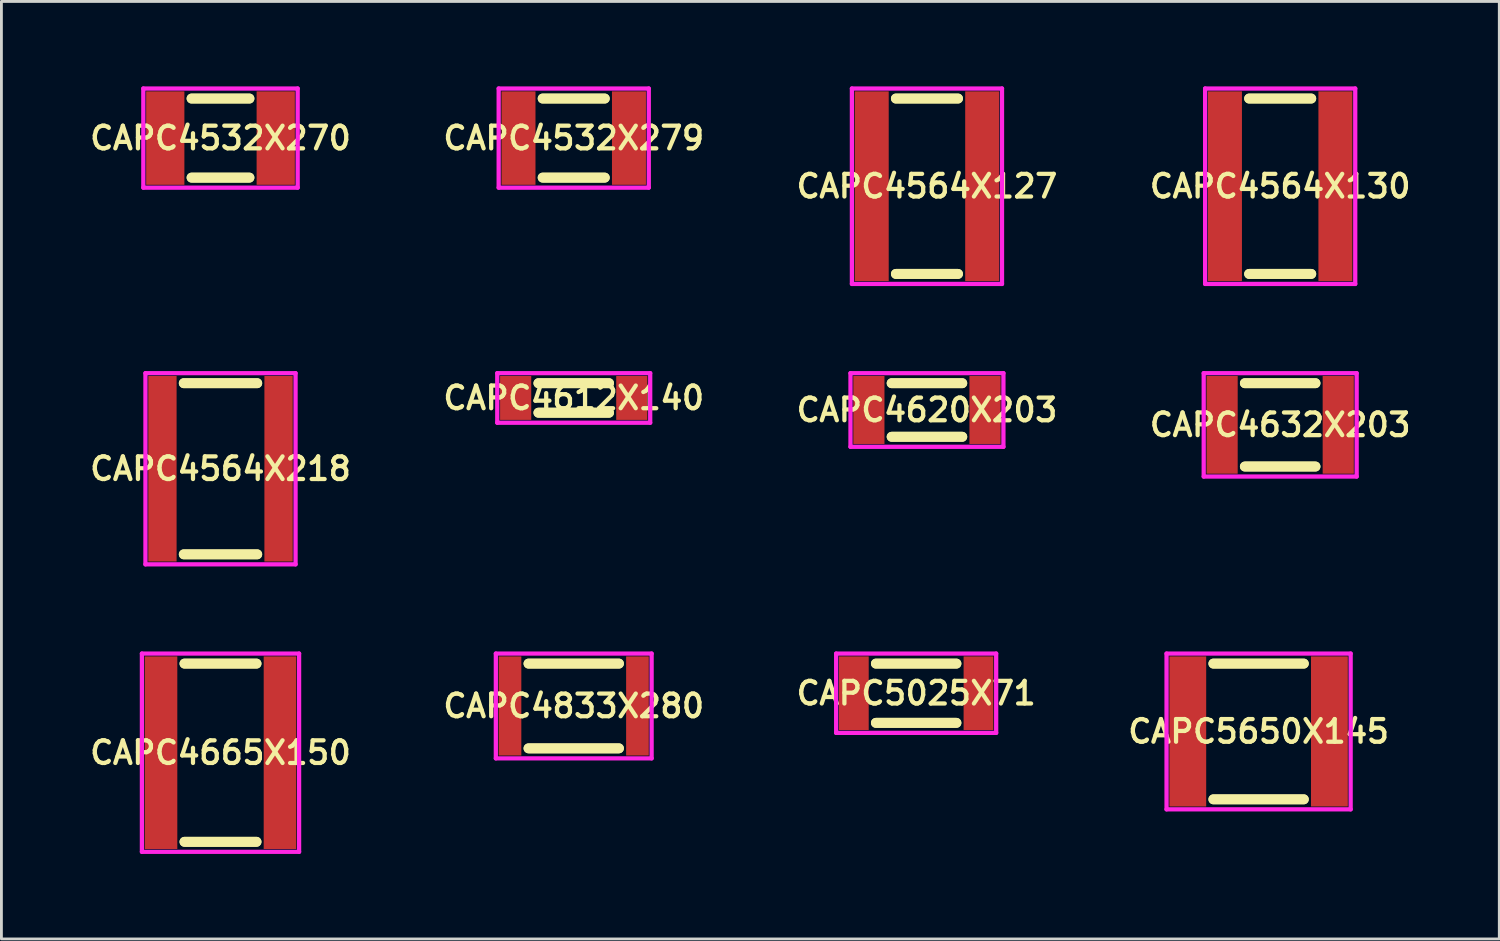
<source format=kicad_pcb>
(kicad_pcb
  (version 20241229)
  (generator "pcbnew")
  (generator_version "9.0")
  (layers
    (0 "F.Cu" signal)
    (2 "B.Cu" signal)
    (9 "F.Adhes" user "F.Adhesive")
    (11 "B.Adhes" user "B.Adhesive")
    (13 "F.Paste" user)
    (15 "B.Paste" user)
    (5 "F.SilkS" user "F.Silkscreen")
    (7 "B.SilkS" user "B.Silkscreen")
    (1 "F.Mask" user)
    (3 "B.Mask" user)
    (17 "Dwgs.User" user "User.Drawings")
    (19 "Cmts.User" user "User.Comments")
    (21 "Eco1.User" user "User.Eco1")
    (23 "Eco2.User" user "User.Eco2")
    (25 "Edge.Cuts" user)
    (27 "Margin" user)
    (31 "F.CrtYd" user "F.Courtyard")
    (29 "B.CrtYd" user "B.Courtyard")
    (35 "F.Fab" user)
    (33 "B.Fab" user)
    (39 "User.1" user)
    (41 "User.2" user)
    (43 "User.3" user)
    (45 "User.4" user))
  (footprint "CAPC4564X218"
    (layer "F.Cu")
    (at 4.735 13.5)
    (property "Reference" "CAPC4564X218" (at 0 0 0) (layer "F.SilkS") (effects (font (size 0.8 0.8) (thickness 0.15))))
    (attr smd)
    (fp_line (start -1.296 -3.021) (end 1.296 -3.021) (stroke (width 0.35) (type solid)) (layer "F.SilkS"))
    (fp_line (start -1.296 3.021) (end 1.296 3.021) (stroke (width 0.35) (type solid)) (layer "F.SilkS"))
    (fp_line (start 1.296 -3.021) (end -1.296 -3.021) (stroke (width 0.35) (type solid)) (layer "F.SilkS"))
    (fp_line (start 1.296 3.021) (end -1.296 3.021) (stroke (width 0.35) (type solid)) (layer "F.SilkS"))
    (fp_line (start -2.65 -3.375) (end 2.65 -3.375) (stroke (width 0.15) (type solid)) (layer "F.CrtYd"))
    (fp_line (start -2.65 3.375) (end -2.65 -3.375) (stroke (width 0.15) (type solid)) (layer "F.CrtYd"))
    (fp_line (start 2.65 -3.375) (end 2.65 3.375) (stroke (width 0.15) (type solid)) (layer "F.CrtYd"))
    (fp_line (start 2.65 3.375) (end -2.65 3.375) (stroke (width 0.15) (type solid)) (layer "F.CrtYd"))
    (pad "1" smd rect (at -2.05 0) (size 1 6.55) (layers "F.Cu" "F.Mask" "F.Paste"))
    (pad "2" smd rect (at 2.05 0) (size 1 6.55) (layers "F.Cu" "F.Mask" "F.Paste")))
  (footprint "CAPC4532X279"
    (layer "F.Cu")
    (at 17.206 1.825)
    (property "Reference" "CAPC4532X279" (at 0 0 0) (layer "F.SilkS") (effects (font (size 0.8 0.8) (thickness 0.15))))
    (attr smd)
    (fp_line (start -1.096 -1.396) (end 1.096 -1.396) (stroke (width 0.35) (type solid)) (layer "F.SilkS"))
    (fp_line (start -1.096 1.396) (end 1.096 1.396) (stroke (width 0.35) (type solid)) (layer "F.SilkS"))
    (fp_line (start 1.096 -1.396) (end -1.096 -1.396) (stroke (width 0.35) (type solid)) (layer "F.SilkS"))
    (fp_line (start 1.096 1.396) (end -1.096 1.396) (stroke (width 0.35) (type solid)) (layer "F.SilkS"))
    (fp_line (start -2.65 -1.75) (end 2.65 -1.75) (stroke (width 0.15) (type solid)) (layer "F.CrtYd"))
    (fp_line (start -2.65 1.75) (end -2.65 -1.75) (stroke (width 0.15) (type solid)) (layer "F.CrtYd"))
    (fp_line (start 2.65 -1.75) (end 2.65 1.75) (stroke (width 0.15) (type solid)) (layer "F.CrtYd"))
    (fp_line (start 2.65 1.75) (end -2.65 1.75) (stroke (width 0.15) (type solid)) (layer "F.CrtYd"))
    (pad "1" smd rect (at -1.95 0) (size 1.2 3.3) (layers "F.Cu" "F.Mask" "F.Paste"))
    (pad "2" smd rect (at 1.95 0) (size 1.2 3.3) (layers "F.Cu" "F.Mask" "F.Paste")))
  (footprint "CAPC5650X145"
    (layer "F.Cu")
    (at 41.386 22.775)
    (property "Reference" "CAPC5650X145" (at 0 0 0) (layer "F.SilkS") (effects (font (size 0.8 0.8) (thickness 0.15))))
    (attr smd)
    (fp_line (start -1.596 -2.396) (end 1.596 -2.396) (stroke (width 0.35) (type solid)) (layer "F.SilkS"))
    (fp_line (start -1.596 2.396) (end 1.596 2.396) (stroke (width 0.35) (type solid)) (layer "F.SilkS"))
    (fp_line (start 1.596 -2.396) (end -1.596 -2.396) (stroke (width 0.35) (type solid)) (layer "F.SilkS"))
    (fp_line (start 1.596 2.396) (end -1.596 2.396) (stroke (width 0.35) (type solid)) (layer "F.SilkS"))
    (fp_line (start -3.25 -2.75) (end 3.25 -2.75) (stroke (width 0.15) (type solid)) (layer "F.CrtYd"))
    (fp_line (start -3.25 2.75) (end -3.25 -2.75) (stroke (width 0.15) (type solid)) (layer "F.CrtYd"))
    (fp_line (start 3.25 -2.75) (end 3.25 2.75) (stroke (width 0.15) (type solid)) (layer "F.CrtYd"))
    (fp_line (start 3.25 2.75) (end -3.25 2.75) (stroke (width 0.15) (type solid)) (layer "F.CrtYd"))
    (pad "1" smd rect (at -2.5 0) (size 1.3 5.3) (layers "F.Cu" "F.Mask" "F.Paste"))
    (pad "2" smd rect (at 2.5 0) (size 1.3 5.3) (layers "F.Cu" "F.Mask" "F.Paste")))
  (footprint "CAPC4564X127"
    (layer "F.Cu")
    (at 29.677 3.525)
    (property "Reference" "CAPC4564X127" (at 0 0 0) (layer "F.SilkS") (effects (font (size 0.8 0.8) (thickness 0.15))))
    (attr smd)
    (fp_line (start -1.096 -3.096) (end 1.096 -3.096) (stroke (width 0.35) (type solid)) (layer "F.SilkS"))
    (fp_line (start -1.096 3.096) (end 1.096 3.096) (stroke (width 0.35) (type solid)) (layer "F.SilkS"))
    (fp_line (start 1.096 -3.096) (end -1.096 -3.096) (stroke (width 0.35) (type solid)) (layer "F.SilkS"))
    (fp_line (start 1.096 3.096) (end -1.096 3.096) (stroke (width 0.35) (type solid)) (layer "F.SilkS"))
    (fp_line (start -2.65 -3.45) (end 2.65 -3.45) (stroke (width 0.15) (type solid)) (layer "F.CrtYd"))
    (fp_line (start -2.65 3.45) (end -2.65 -3.45) (stroke (width 0.15) (type solid)) (layer "F.CrtYd"))
    (fp_line (start 2.65 -3.45) (end 2.65 3.45) (stroke (width 0.15) (type solid)) (layer "F.CrtYd"))
    (fp_line (start 2.65 3.45) (end -2.65 3.45) (stroke (width 0.15) (type solid)) (layer "F.CrtYd"))
    (pad "1" smd rect (at -1.95 0) (size 1.2 6.7) (layers "F.Cu" "F.Mask" "F.Paste"))
    (pad "2" smd rect (at 1.95 0) (size 1.2 6.7) (layers "F.Cu" "F.Mask" "F.Paste")))
  (footprint "CAPC4612X140"
    (layer "F.Cu")
    (at 17.206 11)
    (property "Reference" "CAPC4612X140" (at 0 0 0) (layer "F.SilkS") (effects (font (size 0.8 0.8) (thickness 0.15))))
    (attr smd)
    (fp_line (start -1.246 -0.521) (end 1.246 -0.521) (stroke (width 0.35) (type solid)) (layer "F.SilkS"))
    (fp_line (start -1.246 0.521) (end 1.246 0.521) (stroke (width 0.35) (type solid)) (layer "F.SilkS"))
    (fp_line (start 1.246 -0.521) (end -1.246 -0.521) (stroke (width 0.35) (type solid)) (layer "F.SilkS"))
    (fp_line (start 1.246 0.521) (end -1.246 0.521) (stroke (width 0.35) (type solid)) (layer "F.SilkS"))
    (fp_line (start -2.7 -0.875) (end 2.7 -0.875) (stroke (width 0.15) (type solid)) (layer "F.CrtYd"))
    (fp_line (start -2.7 0.875) (end -2.7 -0.875) (stroke (width 0.15) (type solid)) (layer "F.CrtYd"))
    (fp_line (start 2.7 -0.875) (end 2.7 0.875) (stroke (width 0.15) (type solid)) (layer "F.CrtYd"))
    (fp_line (start 2.7 0.875) (end -2.7 0.875) (stroke (width 0.15) (type solid)) (layer "F.CrtYd"))
    (pad "1" smd rect (at -2.05 0) (size 1.1 1.55) (layers "F.Cu" "F.Mask" "F.Paste"))
    (pad "2" smd rect (at 2.05 0) (size 1.1 1.55) (layers "F.Cu" "F.Mask" "F.Paste")))
  (footprint "CAPC4620X203"
    (layer "F.Cu")
    (at 29.677 11.425)
    (property "Reference" "CAPC4620X203" (at 0 0 0) (layer "F.SilkS") (effects (font (size 0.8 0.8) (thickness 0.15))))
    (attr smd)
    (fp_line (start -1.246 -0.946) (end 1.246 -0.946) (stroke (width 0.35) (type solid)) (layer "F.SilkS"))
    (fp_line (start -1.246 0.946) (end 1.246 0.946) (stroke (width 0.35) (type solid)) (layer "F.SilkS"))
    (fp_line (start 1.246 -0.946) (end -1.246 -0.946) (stroke (width 0.35) (type solid)) (layer "F.SilkS"))
    (fp_line (start 1.246 0.946) (end -1.246 0.946) (stroke (width 0.35) (type solid)) (layer "F.SilkS"))
    (fp_line (start -2.7 -1.3) (end 2.7 -1.3) (stroke (width 0.15) (type solid)) (layer "F.CrtYd"))
    (fp_line (start -2.7 1.3) (end -2.7 -1.3) (stroke (width 0.15) (type solid)) (layer "F.CrtYd"))
    (fp_line (start 2.7 -1.3) (end 2.7 1.3) (stroke (width 0.15) (type solid)) (layer "F.CrtYd"))
    (fp_line (start 2.7 1.3) (end -2.7 1.3) (stroke (width 0.15) (type solid)) (layer "F.CrtYd"))
    (pad "1" smd rect (at -2.05 0) (size 1.1 2.4) (layers "F.Cu" "F.Mask" "F.Paste"))
    (pad "2" smd rect (at 2.05 0) (size 1.1 2.4) (layers "F.Cu" "F.Mask" "F.Paste")))
  (footprint "CAPC5025X71"
    (layer "F.Cu")
    (at 29.296 21.425)
    (property "Reference" "CAPC5025X71" (at 0 0 0) (layer "F.SilkS") (effects (font (size 0.8 0.8) (thickness 0.15))))
    (attr smd)
    (fp_line (start -1.421 -1.046) (end 1.421 -1.046) (stroke (width 0.35) (type solid)) (layer "F.SilkS"))
    (fp_line (start -1.421 1.046) (end 1.421 1.046) (stroke (width 0.35) (type solid)) (layer "F.SilkS"))
    (fp_line (start 1.421 -1.046) (end -1.421 -1.046) (stroke (width 0.35) (type solid)) (layer "F.SilkS"))
    (fp_line (start 1.421 1.046) (end -1.421 1.046) (stroke (width 0.35) (type solid)) (layer "F.SilkS"))
    (fp_line (start -2.825 -1.4) (end 2.825 -1.4) (stroke (width 0.15) (type solid)) (layer "F.CrtYd"))
    (fp_line (start -2.825 1.4) (end -2.825 -1.4) (stroke (width 0.15) (type solid)) (layer "F.CrtYd"))
    (fp_line (start 2.825 -1.4) (end 2.825 1.4) (stroke (width 0.15) (type solid)) (layer "F.CrtYd"))
    (fp_line (start 2.825 1.4) (end -2.825 1.4) (stroke (width 0.15) (type solid)) (layer "F.CrtYd"))
    (pad "1" smd rect (at -2.2 0) (size 1.05 2.6) (layers "F.Cu" "F.Mask" "F.Paste"))
    (pad "2" smd rect (at 2.2 0) (size 1.05 2.6) (layers "F.Cu" "F.Mask" "F.Paste")))
  (footprint "CAPC4665X150"
    (layer "F.Cu")
    (at 4.735 23.525)
    (property "Reference" "CAPC4665X150" (at 0 0 0) (layer "F.SilkS") (effects (font (size 0.8 0.8) (thickness 0.15))))
    (attr smd)
    (fp_line (start -1.271 -3.146) (end 1.271 -3.146) (stroke (width 0.35) (type solid)) (layer "F.SilkS"))
    (fp_line (start -1.271 3.146) (end 1.271 3.146) (stroke (width 0.35) (type solid)) (layer "F.SilkS"))
    (fp_line (start 1.271 -3.146) (end -1.271 -3.146) (stroke (width 0.35) (type solid)) (layer "F.SilkS"))
    (fp_line (start 1.271 3.146) (end -1.271 3.146) (stroke (width 0.35) (type solid)) (layer "F.SilkS"))
    (fp_line (start -2.775 -3.5) (end 2.775 -3.5) (stroke (width 0.15) (type solid)) (layer "F.CrtYd"))
    (fp_line (start -2.775 3.5) (end -2.775 -3.5) (stroke (width 0.15) (type solid)) (layer "F.CrtYd"))
    (fp_line (start 2.775 -3.5) (end 2.775 3.5) (stroke (width 0.15) (type solid)) (layer "F.CrtYd"))
    (fp_line (start 2.775 3.5) (end -2.775 3.5) (stroke (width 0.15) (type solid)) (layer "F.CrtYd"))
    (pad "1" smd rect (at -2.1 0) (size 1.15 6.8) (layers "F.Cu" "F.Mask" "F.Paste"))
    (pad "2" smd rect (at 2.1 0) (size 1.15 6.8) (layers "F.Cu" "F.Mask" "F.Paste")))
  (footprint "CAPC4833X280"
    (layer "F.Cu")
    (at 17.206 21.875)
    (property "Reference" "CAPC4833X280" (at 0 0 0) (layer "F.SilkS") (effects (font (size 0.8 0.8) (thickness 0.15))))
    (attr smd)
    (fp_line (start -1.596 -1.496) (end 1.596 -1.496) (stroke (width 0.35) (type solid)) (layer "F.SilkS"))
    (fp_line (start -1.596 1.496) (end 1.596 1.496) (stroke (width 0.35) (type solid)) (layer "F.SilkS"))
    (fp_line (start 1.596 -1.496) (end -1.596 -1.496) (stroke (width 0.35) (type solid)) (layer "F.SilkS"))
    (fp_line (start 1.596 1.496) (end -1.596 1.496) (stroke (width 0.35) (type solid)) (layer "F.SilkS"))
    (fp_line (start -2.75 -1.85) (end 2.75 -1.85) (stroke (width 0.15) (type solid)) (layer "F.CrtYd"))
    (fp_line (start -2.75 1.85) (end -2.75 -1.85) (stroke (width 0.15) (type solid)) (layer "F.CrtYd"))
    (fp_line (start 2.75 -1.85) (end 2.75 1.85) (stroke (width 0.15) (type solid)) (layer "F.CrtYd"))
    (fp_line (start 2.75 1.85) (end -2.75 1.85) (stroke (width 0.15) (type solid)) (layer "F.CrtYd"))
    (pad "1" smd rect (at -2.25 0) (size 0.8 3.5) (layers "F.Cu" "F.Mask" "F.Paste"))
    (pad "2" smd rect (at 2.25 0) (size 0.8 3.5) (layers "F.Cu" "F.Mask" "F.Paste")))
  (footprint "CAPC4632X203"
    (layer "F.Cu")
    (at 42.148 11.95)
    (property "Reference" "CAPC4632X203" (at 0 0 0) (layer "F.SilkS") (effects (font (size 0.8 0.8) (thickness 0.15))))
    (attr smd)
    (fp_line (start -1.246 -1.471) (end 1.246 -1.471) (stroke (width 0.35) (type solid)) (layer "F.SilkS"))
    (fp_line (start -1.246 1.471) (end 1.246 1.471) (stroke (width 0.35) (type solid)) (layer "F.SilkS"))
    (fp_line (start 1.246 -1.471) (end -1.246 -1.471) (stroke (width 0.35) (type solid)) (layer "F.SilkS"))
    (fp_line (start 1.246 1.471) (end -1.246 1.471) (stroke (width 0.35) (type solid)) (layer "F.SilkS"))
    (fp_line (start -2.7 -1.825) (end 2.7 -1.825) (stroke (width 0.15) (type solid)) (layer "F.CrtYd"))
    (fp_line (start -2.7 1.825) (end -2.7 -1.825) (stroke (width 0.15) (type solid)) (layer "F.CrtYd"))
    (fp_line (start 2.7 -1.825) (end 2.7 1.825) (stroke (width 0.15) (type solid)) (layer "F.CrtYd"))
    (fp_line (start 2.7 1.825) (end -2.7 1.825) (stroke (width 0.15) (type solid)) (layer "F.CrtYd"))
    (pad "1" smd rect (at -2.05 0) (size 1.1 3.45) (layers "F.Cu" "F.Mask" "F.Paste"))
    (pad "2" smd rect (at 2.05 0) (size 1.1 3.45) (layers "F.Cu" "F.Mask" "F.Paste")))
  (footprint "CAPC4564X130"
    (layer "F.Cu")
    (at 42.148 3.525)
    (property "Reference" "CAPC4564X130" (at 0 0 0) (layer "F.SilkS") (effects (font (size 0.8 0.8) (thickness 0.15))))
    (attr smd)
    (fp_line (start -1.096 -3.096) (end 1.096 -3.096) (stroke (width 0.35) (type solid)) (layer "F.SilkS"))
    (fp_line (start -1.096 3.096) (end 1.096 3.096) (stroke (width 0.35) (type solid)) (layer "F.SilkS"))
    (fp_line (start 1.096 -3.096) (end -1.096 -3.096) (stroke (width 0.35) (type solid)) (layer "F.SilkS"))
    (fp_line (start 1.096 3.096) (end -1.096 3.096) (stroke (width 0.35) (type solid)) (layer "F.SilkS"))
    (fp_line (start -2.65 -3.45) (end 2.65 -3.45) (stroke (width 0.15) (type solid)) (layer "F.CrtYd"))
    (fp_line (start -2.65 3.45) (end -2.65 -3.45) (stroke (width 0.15) (type solid)) (layer "F.CrtYd"))
    (fp_line (start 2.65 -3.45) (end 2.65 3.45) (stroke (width 0.15) (type solid)) (layer "F.CrtYd"))
    (fp_line (start 2.65 3.45) (end -2.65 3.45) (stroke (width 0.15) (type solid)) (layer "F.CrtYd"))
    (pad "1" smd rect (at -1.95 0) (size 1.2 6.7) (layers "F.Cu" "F.Mask" "F.Paste"))
    (pad "2" smd rect (at 1.95 0) (size 1.2 6.7) (layers "F.Cu" "F.Mask" "F.Paste")))
  (footprint "CAPC4532X270"
    (layer "F.Cu")
    (at 4.735 1.825)
    (property "Reference" "CAPC4532X270" (at 0 0 0) (layer "F.SilkS") (effects (font (size 0.8 0.8) (thickness 0.15))))
    (attr smd)
    (fp_line (start -1.021 -1.396) (end 1.021 -1.396) (stroke (width 0.35) (type solid)) (layer "F.SilkS"))
    (fp_line (start -1.021 1.396) (end 1.021 1.396) (stroke (width 0.35) (type solid)) (layer "F.SilkS"))
    (fp_line (start 1.021 -1.396) (end -1.021 -1.396) (stroke (width 0.35) (type solid)) (layer "F.SilkS"))
    (fp_line (start 1.021 1.396) (end -1.021 1.396) (stroke (width 0.35) (type solid)) (layer "F.SilkS"))
    (fp_line (start -2.725 -1.75) (end 2.725 -1.75) (stroke (width 0.15) (type solid)) (layer "F.CrtYd"))
    (fp_line (start -2.725 1.75) (end -2.725 -1.75) (stroke (width 0.15) (type solid)) (layer "F.CrtYd"))
    (fp_line (start 2.725 -1.75) (end 2.725 1.75) (stroke (width 0.15) (type solid)) (layer "F.CrtYd"))
    (fp_line (start 2.725 1.75) (end -2.725 1.75) (stroke (width 0.15) (type solid)) (layer "F.CrtYd"))
    (pad "1" smd rect (at -1.95 0) (size 1.35 3.3) (layers "F.Cu" "F.Mask" "F.Paste"))
    (pad "2" smd rect (at 1.95 0) (size 1.35 3.3) (layers "F.Cu" "F.Mask" "F.Paste")))
  (gr_rect
    (start -3 -3)
    (end 49.884 30.1)
    (stroke (width 0.1) (type default))
    (fill no)
    (layer "Edge.Cuts")))
</source>
